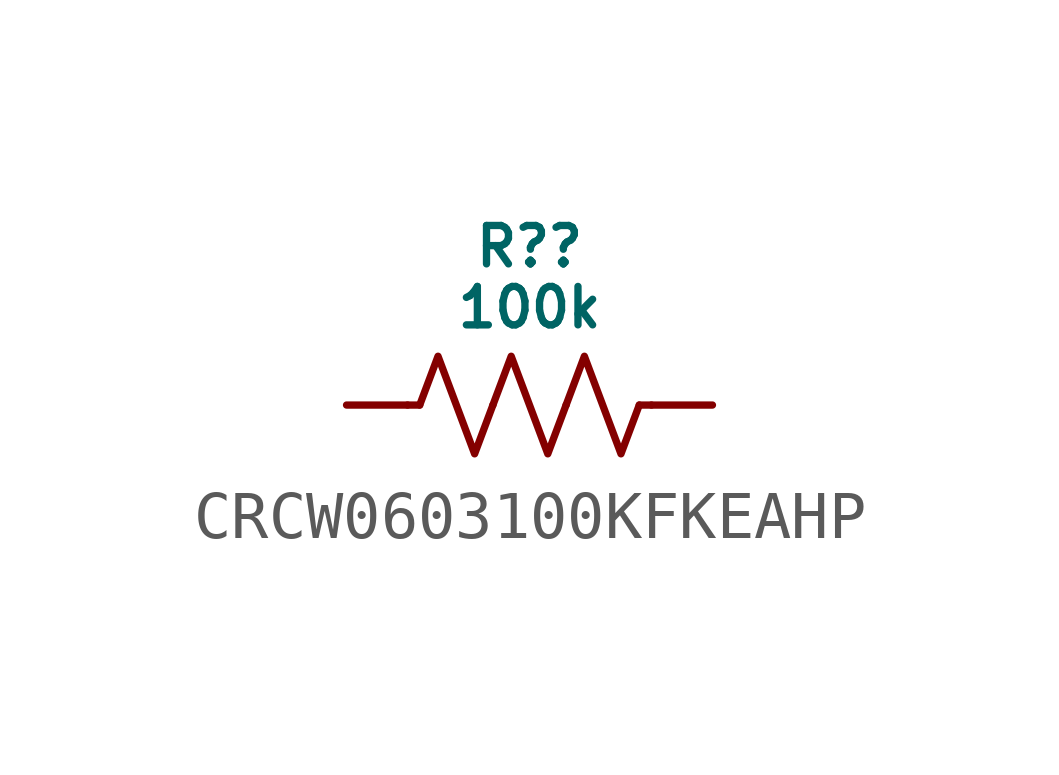
<source format=kicad_sym>
(kicad_symbol_lib
  (version 20231120)
  (generator "kicad_symbol_editor")
  (generator_version "8.0")
  (symbol "CRCW0603100KFKEAHP"
    (pin_numbers hide)
    (pin_names hide)
    (property "Reference" "R?"
      (at 0 3.302 0)
      (do_not_autoplace)
      (effects (font (size 0.8 0.8))))
    (property "Value" "100k"
      (at 0 2.032 0)
      (do_not_autoplace)
      (effects (font (size 0.8 0.8))))
    (symbol "CRCW0603100KFKEAHP_0_1"
      (polyline (pts (xy -2.286 0) (xy -2.54 0)) (stroke (width 0) (type default)) (fill (type none)))
      (polyline (pts (xy 2.286 0) (xy 2.54 0)) (stroke (width 0) (type default)) (fill (type none)))
      (polyline (pts (xy -2.286 0) (xy -1.905 1.016) (xy -1.524 0) (xy -1.143 -1.016) (xy -0.762 0)) (stroke (width 0) (type default)) (fill (type none)))
      (polyline (pts (xy -0.762 0) (xy -0.381 1.016) (xy 0 0) (xy 0.381 -1.016) (xy 0.762 0)) (stroke (width 0) (type default)) (fill (type none)))
      (polyline (pts (xy 0.762 0) (xy 1.143 1.016) (xy 1.524 0) (xy 1.905 -1.016) (xy 2.286 0)) (stroke (width 0) (type default)) (fill (type none))))
    (symbol "CRCW0603100KFKEAHP_1_0"
      (pin passive line (at -3.81 0 0) (length 1.27) (name "" (effects (font (size 0.8 0.8)))) (number "1" (effects (font (size 0.8 0.8)))))
      (pin passive line (at 3.81 0 180) (length 1.27) (name "" (effects (font (size 0.8 0.8)))) (number "2" (effects (font (size 0.8 0.8))))))))
</source>
